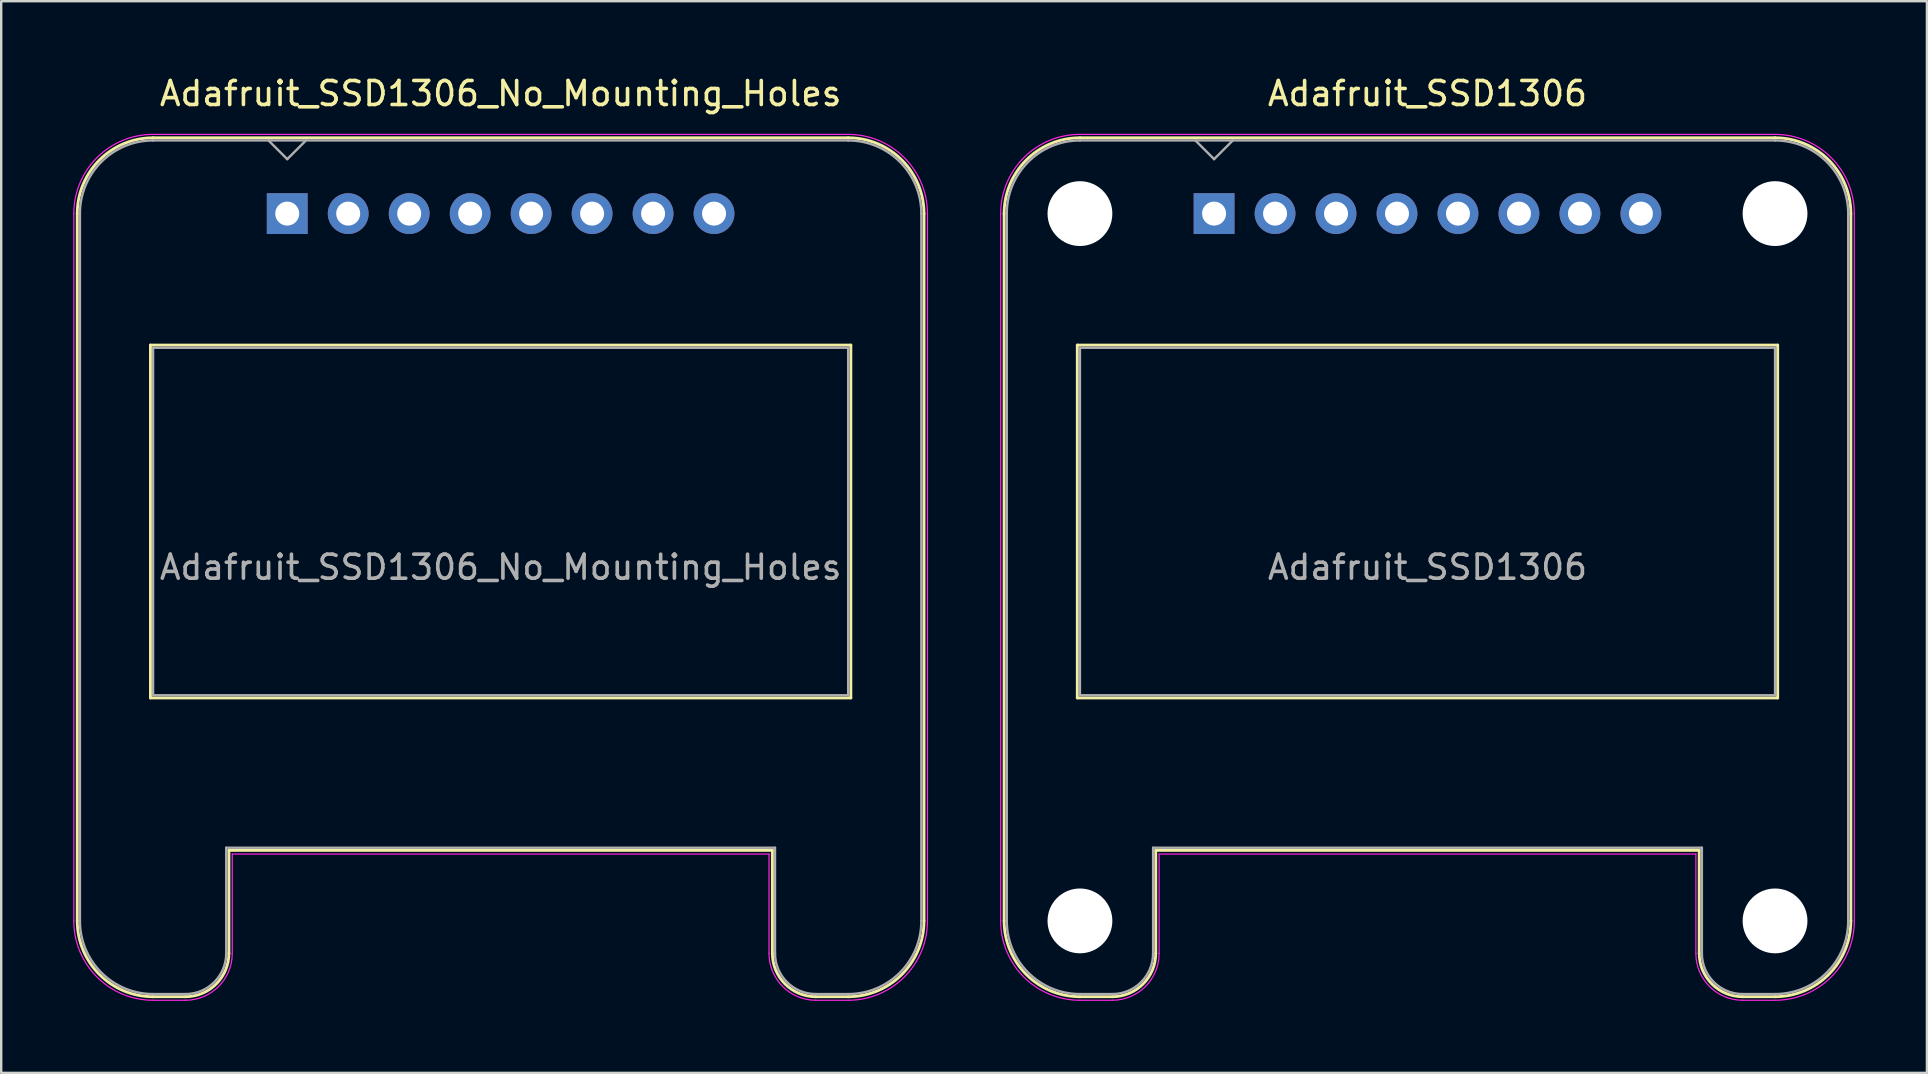
<source format=kicad_pcb>
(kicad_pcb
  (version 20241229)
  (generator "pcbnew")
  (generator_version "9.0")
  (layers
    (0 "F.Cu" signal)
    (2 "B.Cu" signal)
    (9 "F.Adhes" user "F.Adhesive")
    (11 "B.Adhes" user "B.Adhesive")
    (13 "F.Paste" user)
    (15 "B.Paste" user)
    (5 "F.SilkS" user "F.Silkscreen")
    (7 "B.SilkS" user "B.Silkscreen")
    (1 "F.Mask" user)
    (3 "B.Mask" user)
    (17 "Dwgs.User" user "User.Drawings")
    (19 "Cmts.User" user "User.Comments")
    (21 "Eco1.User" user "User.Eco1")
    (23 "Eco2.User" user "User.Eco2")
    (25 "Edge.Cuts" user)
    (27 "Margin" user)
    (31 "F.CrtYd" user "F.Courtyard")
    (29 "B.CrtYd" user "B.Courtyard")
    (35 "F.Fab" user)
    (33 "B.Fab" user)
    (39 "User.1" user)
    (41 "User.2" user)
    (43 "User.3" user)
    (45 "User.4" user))
  (footprint "Adafruit_SSD1306"
    (layer "F.Cu")
    (at 47.525 5.848)
    (property "Reference" "Adafruit_SSD1306" (at 8.89 -5 0) (layer "F.SilkS") (effects (font (size 1 1) (thickness 0.15))))
    (attr through_hole)
    (fp_line (start -8.746 0) (end -8.746 29.464) (stroke (width 0.12) (type solid)) (layer "F.SilkS"))
    (fp_line (start -5.698 5.478) (end -5.698 20.176) (stroke (width 0.12) (type solid)) (layer "F.SilkS"))
    (fp_line (start -5.698 5.478) (end 23.478 5.478) (stroke (width 0.12) (type solid)) (layer "F.SilkS"))
    (fp_line (start -5.698 20.176) (end 23.478 20.176) (stroke (width 0.12) (type solid)) (layer "F.SilkS"))
    (fp_line (start -4.238 32.622) (end -5.59 32.622) (stroke (width 0.12) (type solid)) (layer "F.SilkS"))
    (fp_line (start -2.43 26.526) (end -2.43 30.814) (stroke (width 0.12) (type solid)) (layer "F.SilkS"))
    (fp_line (start -2.43 26.526) (end 20.21 26.526) (stroke (width 0.12) (type solid)) (layer "F.SilkS"))
    (fp_line (start 20.21 26.526) (end 20.21 30.814) (stroke (width 0.12) (type solid)) (layer "F.SilkS"))
    (fp_line (start 22.018 32.622) (end 23.37 32.622) (stroke (width 0.12) (type solid)) (layer "F.SilkS"))
    (fp_line (start 23.368 -3.158) (end -5.588 -3.158) (stroke (width 0.12) (type solid)) (layer "F.SilkS"))
    (fp_line (start 23.478 5.478) (end 23.478 20.176) (stroke (width 0.12) (type solid)) (layer "F.SilkS"))
    (fp_line (start 26.526 0) (end 26.526 29.464) (stroke (width 0.12) (type solid)) (layer "F.SilkS"))
    (fp_arc (start -8.746 0) (mid -7.821043 -2.233043) (end -5.588 -3.158) (stroke (width 0.12) (type solid)) (layer "F.SilkS"))
    (fp_arc (start -5.588 32.622) (mid -7.821043 31.697043) (end -8.746 29.464) (stroke (width 0.12) (type solid)) (layer "F.SilkS"))
    (fp_arc (start -2.43 30.812) (mid -2.958137 32.091035) (end -4.236 32.622) (stroke (width 0.12) (type solid)) (layer "F.SilkS"))
    (fp_arc (start 22.016 32.622) (mid 20.738137 32.091035) (end 20.21 30.812) (stroke (width 0.12) (type solid)) (layer "F.SilkS"))
    (fp_arc (start 23.368 -3.158) (mid 25.601043 -2.233043) (end 26.526 0) (stroke (width 0.12) (type solid)) (layer "F.SilkS"))
    (fp_arc (start 26.526 29.464) (mid 25.601043 31.697043) (end 23.368 32.622) (stroke (width 0.12) (type solid)) (layer "F.SilkS"))
    (fp_line (start -8.89 0) (end -8.89 29.47) (stroke (width 0.05) (type solid)) (layer "F.CrtYd"))
    (fp_line (start -4.24 32.77) (end -5.59 32.77) (stroke (width 0.05) (type solid)) (layer "F.CrtYd"))
    (fp_line (start -2.29 26.68) (end -2.29 30.82) (stroke (width 0.05) (type solid)) (layer "F.CrtYd"))
    (fp_line (start -2.29 26.68) (end 20.07 26.68) (stroke (width 0.05) (type solid)) (layer "F.CrtYd"))
    (fp_line (start 20.07 26.68) (end 20.07 30.82) (stroke (width 0.05) (type solid)) (layer "F.CrtYd"))
    (fp_line (start 22.02 32.77) (end 23.37 32.77) (stroke (width 0.05) (type solid)) (layer "F.CrtYd"))
    (fp_line (start 23.37 -3.3) (end -5.59 -3.3) (stroke (width 0.05) (type solid)) (layer "F.CrtYd"))
    (fp_line (start 26.67 0) (end 26.67 29.47) (stroke (width 0.05) (type solid)) (layer "F.CrtYd"))
    (fp_arc (start -8.89 0) (mid -7.923452 -2.333452) (end -5.59 -3.3) (stroke (width 0.05) (type solid)) (layer "F.CrtYd"))
    (fp_arc (start -5.59 32.77) (mid -7.923452 31.803452) (end -8.89 29.47) (stroke (width 0.05) (type solid)) (layer "F.CrtYd"))
    (fp_arc (start -2.29 30.82) (mid -2.861142 32.198858) (end -4.24 32.77) (stroke (width 0.05) (type solid)) (layer "F.CrtYd"))
    (fp_arc (start 22.02 32.77) (mid 20.641142 32.198858) (end 20.07 30.82) (stroke (width 0.05) (type solid)) (layer "F.CrtYd"))
    (fp_arc (start 23.37 -3.3) (mid 25.703452 -2.333452) (end 26.67 0) (stroke (width 0.05) (type solid)) (layer "F.CrtYd"))
    (fp_arc (start 26.67 29.47) (mid 25.703452 31.803452) (end 23.37 32.77) (stroke (width 0.05) (type solid)) (layer "F.CrtYd"))
    (fp_line (start -8.636 0) (end -8.636 29.464) (stroke (width 0.1) (type solid)) (layer "F.Fab"))
    (fp_line (start -5.588 5.588) (end -5.588 20.066) (stroke (width 0.1) (type solid)) (layer "F.Fab"))
    (fp_line (start -5.588 5.588) (end 23.368 5.588) (stroke (width 0.1) (type solid)) (layer "F.Fab"))
    (fp_line (start -5.588 20.066) (end 23.368 20.066) (stroke (width 0.1) (type solid)) (layer "F.Fab"))
    (fp_line (start -4.238 32.512) (end -5.59 32.512) (stroke (width 0.1) (type solid)) (layer "F.Fab"))
    (fp_line (start -2.54 26.416) (end -2.54 30.814) (stroke (width 0.1) (type solid)) (layer "F.Fab"))
    (fp_line (start -2.54 26.416) (end 20.32 26.416) (stroke (width 0.1) (type solid)) (layer "F.Fab"))
    (fp_line (start -0.78 -3.048) (end 0 -2.268) (stroke (width 0.1) (type solid)) (layer "F.Fab"))
    (fp_line (start 0 -2.268) (end 0.78 -3.048) (stroke (width 0.1) (type solid)) (layer "F.Fab"))
    (fp_line (start 20.32 26.416) (end 20.32 30.814) (stroke (width 0.1) (type solid)) (layer "F.Fab"))
    (fp_line (start 22.018 32.512) (end 23.37 32.512) (stroke (width 0.1) (type solid)) (layer "F.Fab"))
    (fp_line (start 23.368 -3.048) (end -5.588 -3.048) (stroke (width 0.1) (type solid)) (layer "F.Fab"))
    (fp_line (start 23.368 5.588) (end 23.368 20.066) (stroke (width 0.1) (type solid)) (layer "F.Fab"))
    (fp_line (start 26.416 0) (end 26.416 29.464) (stroke (width 0.1) (type solid)) (layer "F.Fab"))
    (fp_arc (start -8.636 0.002) (mid -7.744676 -2.153847) (end -5.59 -3.048) (stroke (width 0.1) (type solid)) (layer "F.Fab"))
    (fp_arc (start -5.59 32.512) (mid -7.744676 31.617847) (end -8.636 29.462) (stroke (width 0.1) (type solid)) (layer "F.Fab"))
    (fp_arc (start -2.54 30.812) (mid -3.035918 32.013253) (end -4.236 32.512) (stroke (width 0.1) (type solid)) (layer "F.Fab"))
    (fp_arc (start 22.016 32.512) (mid 20.815918 32.013253) (end 20.32 30.812) (stroke (width 0.1) (type solid)) (layer "F.Fab"))
    (fp_arc (start 23.368 -3.048) (mid 25.523261 -2.155261) (end 26.416 0) (stroke (width 0.1) (type solid)) (layer "F.Fab"))
    (fp_arc (start 26.416 29.464) (mid 25.523261 31.619261) (end 23.368 32.512) (stroke (width 0.1) (type solid)) (layer "F.Fab"))
    (fp_text user "${REFERENCE}" (at 8.89 14.732 0) (layer "F.Fab") (effects (font (size 1 1) (thickness 0.15))))
    (pad "" np_thru_hole circle (at -5.588 0) (size 2.7 2.7) (drill 2.7) (layers "*.Cu" "*.Mask"))
    (pad "" np_thru_hole circle (at -5.588 29.464) (size 2.7 2.7) (drill 2.7) (layers "*.Cu" "*.Mask"))
    (pad "" np_thru_hole circle (at 23.368 0) (size 2.7 2.7) (drill 2.7) (layers "*.Cu" "*.Mask"))
    (pad "" np_thru_hole circle (at 23.368 29.464) (size 2.7 2.7) (drill 2.7) (layers "*.Cu" "*.Mask"))
    (pad "1" thru_hole rect (at 0 0) (size 1.7 1.7) (drill 1) (layers "*.Cu" "*.Mask"))
    (pad "2" thru_hole circle (at 2.54 0) (size 1.7 1.7) (drill 1) (layers "*.Cu" "*.Mask"))
    (pad "3" thru_hole circle (at 5.08 0) (size 1.7 1.7) (drill 1) (layers "*.Cu" "*.Mask"))
    (pad "4" thru_hole circle (at 7.62 0) (size 1.7 1.7) (drill 1) (layers "*.Cu" "*.Mask"))
    (pad "5" thru_hole circle (at 10.16 0) (size 1.7 1.7) (drill 1) (layers "*.Cu" "*.Mask"))
    (pad "6" thru_hole circle (at 12.7 0) (size 1.7 1.7) (drill 1) (layers "*.Cu" "*.Mask"))
    (pad "7" thru_hole circle (at 15.24 0) (size 1.7 1.7) (drill 1) (layers "*.Cu" "*.Mask"))
    (pad "8" thru_hole circle (at 17.78 0) (size 1.7 1.7) (drill 1) (layers "*.Cu" "*.Mask")))
  (footprint "Adafruit_SSD1306_No_Mounting_Holes"
    (layer "F.Cu")
    (at 8.915 5.848)
    (property "Reference" "Adafruit_SSD1306_No_Mounting_Holes" (at 8.89 -5 0) (layer "F.SilkS") (effects (font (size 1 1) (thickness 0.15))))
    (attr through_hole)
    (fp_line (start -8.746 0) (end -8.746 29.464) (stroke (width 0.12) (type solid)) (layer "F.SilkS"))
    (fp_line (start -5.698 5.478) (end -5.698 20.176) (stroke (width 0.12) (type solid)) (layer "F.SilkS"))
    (fp_line (start -5.698 5.478) (end 23.478 5.478) (stroke (width 0.12) (type solid)) (layer "F.SilkS"))
    (fp_line (start -5.698 20.176) (end 23.478 20.176) (stroke (width 0.12) (type solid)) (layer "F.SilkS"))
    (fp_line (start -4.238 32.622) (end -5.59 32.622) (stroke (width 0.12) (type solid)) (layer "F.SilkS"))
    (fp_line (start -2.43 26.526) (end -2.43 30.814) (stroke (width 0.12) (type solid)) (layer "F.SilkS"))
    (fp_line (start -2.43 26.526) (end 20.21 26.526) (stroke (width 0.12) (type solid)) (layer "F.SilkS"))
    (fp_line (start 20.21 26.526) (end 20.21 30.814) (stroke (width 0.12) (type solid)) (layer "F.SilkS"))
    (fp_line (start 22.018 32.622) (end 23.37 32.622) (stroke (width 0.12) (type solid)) (layer "F.SilkS"))
    (fp_line (start 23.368 -3.158) (end -5.588 -3.158) (stroke (width 0.12) (type solid)) (layer "F.SilkS"))
    (fp_line (start 23.478 5.478) (end 23.478 20.176) (stroke (width 0.12) (type solid)) (layer "F.SilkS"))
    (fp_line (start 26.526 0) (end 26.526 29.464) (stroke (width 0.12) (type solid)) (layer "F.SilkS"))
    (fp_arc (start -8.746 0) (mid -7.821043 -2.233043) (end -5.588 -3.158) (stroke (width 0.12) (type solid)) (layer "F.SilkS"))
    (fp_arc (start -5.588 32.622) (mid -7.821043 31.697043) (end -8.746 29.464) (stroke (width 0.12) (type solid)) (layer "F.SilkS"))
    (fp_arc (start -2.43 30.812) (mid -2.958137 32.091035) (end -4.236 32.622) (stroke (width 0.12) (type solid)) (layer "F.SilkS"))
    (fp_arc (start 22.016 32.622) (mid 20.738137 32.091035) (end 20.21 30.812) (stroke (width 0.12) (type solid)) (layer "F.SilkS"))
    (fp_arc (start 23.368 -3.158) (mid 25.601043 -2.233043) (end 26.526 0) (stroke (width 0.12) (type solid)) (layer "F.SilkS"))
    (fp_arc (start 26.526 29.464) (mid 25.601043 31.697043) (end 23.368 32.622) (stroke (width 0.12) (type solid)) (layer "F.SilkS"))
    (fp_line (start -8.89 0) (end -8.89 29.47) (stroke (width 0.05) (type solid)) (layer "F.CrtYd"))
    (fp_line (start -4.24 32.77) (end -5.59 32.77) (stroke (width 0.05) (type solid)) (layer "F.CrtYd"))
    (fp_line (start -2.29 26.68) (end -2.29 30.82) (stroke (width 0.05) (type solid)) (layer "F.CrtYd"))
    (fp_line (start -2.29 26.68) (end 20.07 26.68) (stroke (width 0.05) (type solid)) (layer "F.CrtYd"))
    (fp_line (start 20.07 26.68) (end 20.07 30.82) (stroke (width 0.05) (type solid)) (layer "F.CrtYd"))
    (fp_line (start 22.02 32.77) (end 23.37 32.77) (stroke (width 0.05) (type solid)) (layer "F.CrtYd"))
    (fp_line (start 23.37 -3.3) (end -5.59 -3.3) (stroke (width 0.05) (type solid)) (layer "F.CrtYd"))
    (fp_line (start 26.67 0) (end 26.67 29.47) (stroke (width 0.05) (type solid)) (layer "F.CrtYd"))
    (fp_arc (start -8.89 0) (mid -7.923452 -2.333452) (end -5.59 -3.3) (stroke (width 0.05) (type solid)) (layer "F.CrtYd"))
    (fp_arc (start -5.59 32.77) (mid -7.923452 31.803452) (end -8.89 29.47) (stroke (width 0.05) (type solid)) (layer "F.CrtYd"))
    (fp_arc (start -2.29 30.82) (mid -2.861142 32.198858) (end -4.24 32.77) (stroke (width 0.05) (type solid)) (layer "F.CrtYd"))
    (fp_arc (start 22.02 32.77) (mid 20.641142 32.198858) (end 20.07 30.82) (stroke (width 0.05) (type solid)) (layer "F.CrtYd"))
    (fp_arc (start 23.37 -3.3) (mid 25.703452 -2.333452) (end 26.67 0) (stroke (width 0.05) (type solid)) (layer "F.CrtYd"))
    (fp_arc (start 26.67 29.47) (mid 25.703452 31.803452) (end 23.37 32.77) (stroke (width 0.05) (type solid)) (layer "F.CrtYd"))
    (fp_line (start -8.636 0) (end -8.636 29.464) (stroke (width 0.1) (type solid)) (layer "F.Fab"))
    (fp_line (start -5.588 5.588) (end -5.588 20.066) (stroke (width 0.1) (type solid)) (layer "F.Fab"))
    (fp_line (start -5.588 5.588) (end 23.368 5.588) (stroke (width 0.1) (type solid)) (layer "F.Fab"))
    (fp_line (start -5.588 20.066) (end 23.368 20.066) (stroke (width 0.1) (type solid)) (layer "F.Fab"))
    (fp_line (start -4.238 32.512) (end -5.59 32.512) (stroke (width 0.1) (type solid)) (layer "F.Fab"))
    (fp_line (start -2.54 26.416) (end -2.54 30.814) (stroke (width 0.1) (type solid)) (layer "F.Fab"))
    (fp_line (start -2.54 26.416) (end 20.32 26.416) (stroke (width 0.1) (type solid)) (layer "F.Fab"))
    (fp_line (start -0.78 -3.048) (end 0 -2.268) (stroke (width 0.1) (type solid)) (layer "F.Fab"))
    (fp_line (start 0 -2.268) (end 0.78 -3.048) (stroke (width 0.1) (type solid)) (layer "F.Fab"))
    (fp_line (start 20.32 26.416) (end 20.32 30.814) (stroke (width 0.1) (type solid)) (layer "F.Fab"))
    (fp_line (start 22.018 32.512) (end 23.37 32.512) (stroke (width 0.1) (type solid)) (layer "F.Fab"))
    (fp_line (start 23.368 -3.048) (end -5.588 -3.048) (stroke (width 0.1) (type solid)) (layer "F.Fab"))
    (fp_line (start 23.368 5.588) (end 23.368 20.066) (stroke (width 0.1) (type solid)) (layer "F.Fab"))
    (fp_line (start 26.416 0) (end 26.416 29.464) (stroke (width 0.1) (type solid)) (layer "F.Fab"))
    (fp_arc (start -8.636 0.002) (mid -7.744676 -2.153847) (end -5.59 -3.048) (stroke (width 0.1) (type solid)) (layer "F.Fab"))
    (fp_arc (start -5.59 32.512) (mid -7.744676 31.617847) (end -8.636 29.462) (stroke (width 0.1) (type solid)) (layer "F.Fab"))
    (fp_arc (start -2.54 30.812) (mid -3.035918 32.013253) (end -4.236 32.512) (stroke (width 0.1) (type solid)) (layer "F.Fab"))
    (fp_arc (start 22.016 32.512) (mid 20.815918 32.013253) (end 20.32 30.812) (stroke (width 0.1) (type solid)) (layer "F.Fab"))
    (fp_arc (start 23.368 -3.048) (mid 25.523261 -2.155261) (end 26.416 0) (stroke (width 0.1) (type solid)) (layer "F.Fab"))
    (fp_arc (start 26.416 29.464) (mid 25.523261 31.619261) (end 23.368 32.512) (stroke (width 0.1) (type solid)) (layer "F.Fab"))
    (fp_text user "${REFERENCE}" (at 8.89 14.732 0) (layer "F.Fab") (effects (font (size 1 1) (thickness 0.15))))
    (pad "1" thru_hole rect (at 0 0) (size 1.7 1.7) (drill 1) (layers "*.Cu" "*.Mask"))
    (pad "2" thru_hole circle (at 2.54 0) (size 1.7 1.7) (drill 1) (layers "*.Cu" "*.Mask"))
    (pad "3" thru_hole circle (at 5.08 0) (size 1.7 1.7) (drill 1) (layers "*.Cu" "*.Mask"))
    (pad "4" thru_hole circle (at 7.62 0) (size 1.7 1.7) (drill 1) (layers "*.Cu" "*.Mask"))
    (pad "5" thru_hole circle (at 10.16 0) (size 1.7 1.7) (drill 1) (layers "*.Cu" "*.Mask"))
    (pad "6" thru_hole circle (at 12.7 0) (size 1.7 1.7) (drill 1) (layers "*.Cu" "*.Mask"))
    (pad "7" thru_hole circle (at 15.24 0) (size 1.7 1.7) (drill 1) (layers "*.Cu" "*.Mask"))
    (pad "8" thru_hole circle (at 17.78 0) (size 1.7 1.7) (drill 1) (layers "*.Cu" "*.Mask")))
  (gr_rect
    (start -3 -3)
    (end 77.22 41.643)
    (stroke (width 0.1) (type default))
    (fill no)
    (layer "Edge.Cuts")))
</source>
